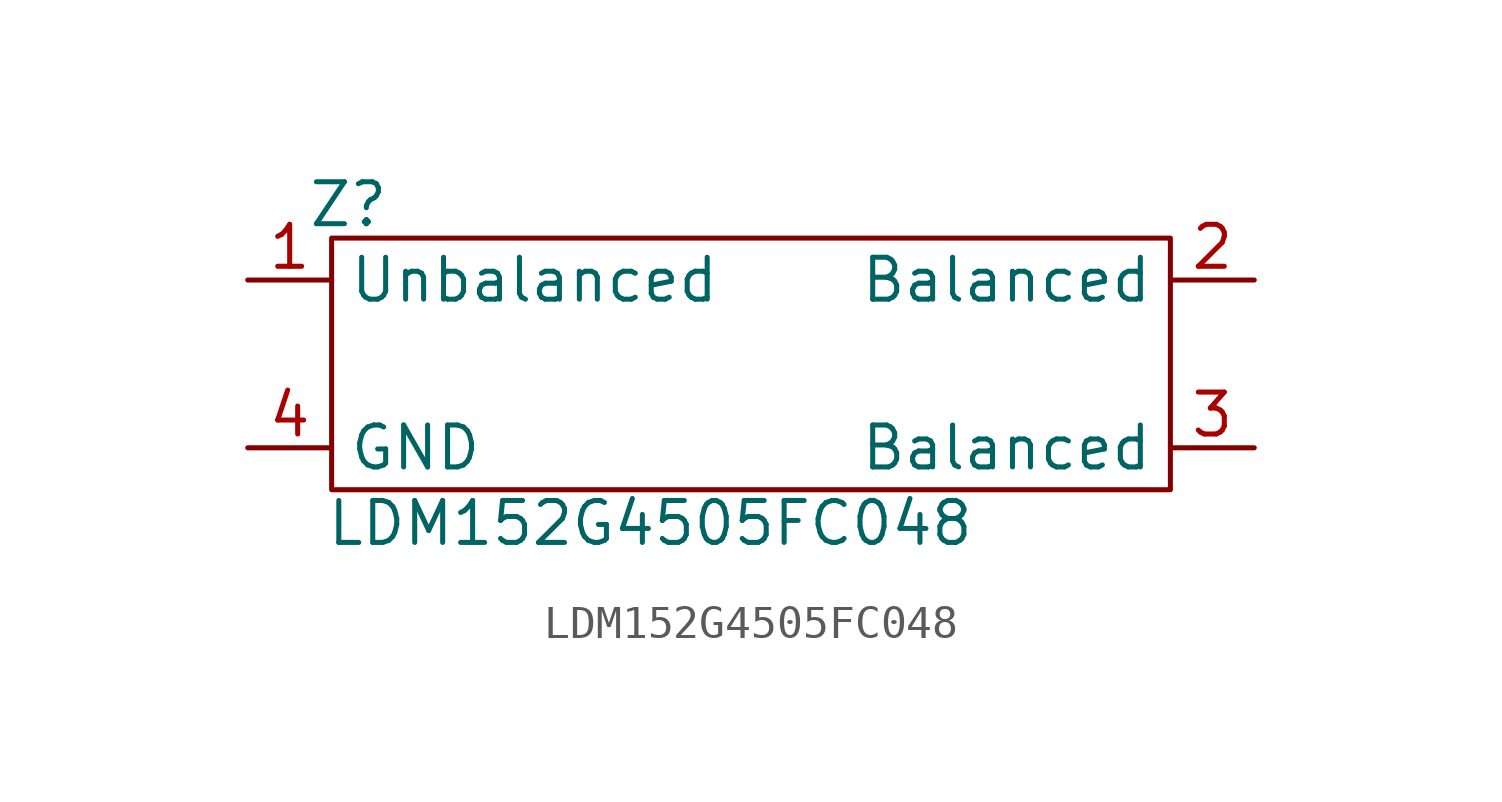
<source format=kicad_sym>
(kicad_symbol_lib
  (version 20231120)
  (generator "kicad_symbol_editor")
  (generator_version "8.0")
  (symbol "LDM152G4505FC048"
    (property "Reference" "Z"
      (at -12.192 4.826 0)
      (effects (font (size 1.27 1.27))))
    (property "Value" "LDM152G4505FC048"
      (at -3.048 -4.826 0)
      (effects (font (size 1.27 1.27))))
    (symbol "LDM152G4505FC048_0_1"
      (rectangle (start -12.7 3.81) (end 12.7 -3.81) (stroke (width 0) (type default)) (fill (type none))))
    (symbol "LDM152G4505FC048_1_1"
      (pin bidirectional line (at -15.24 2.54 0) (length 2.54) (name "Unbalanced" (effects (font (size 1.27 1.27)))) (number "1" (effects (font (size 1.27 1.27)))))
      (pin bidirectional line (at 15.24 2.54 180) (length 2.54) (name "Balanced" (effects (font (size 1.27 1.27)))) (number "2" (effects (font (size 1.27 1.27)))))
      (pin bidirectional line (at 15.24 -2.54 180) (length 2.54) (name "Balanced" (effects (font (size 1.27 1.27)))) (number "3" (effects (font (size 1.27 1.27)))))
      (pin bidirectional line (at -15.24 -2.54 0) (length 2.54) (name "GND" (effects (font (size 1.27 1.27)))) (number "4" (effects (font (size 1.27 1.27))))))))
</source>
